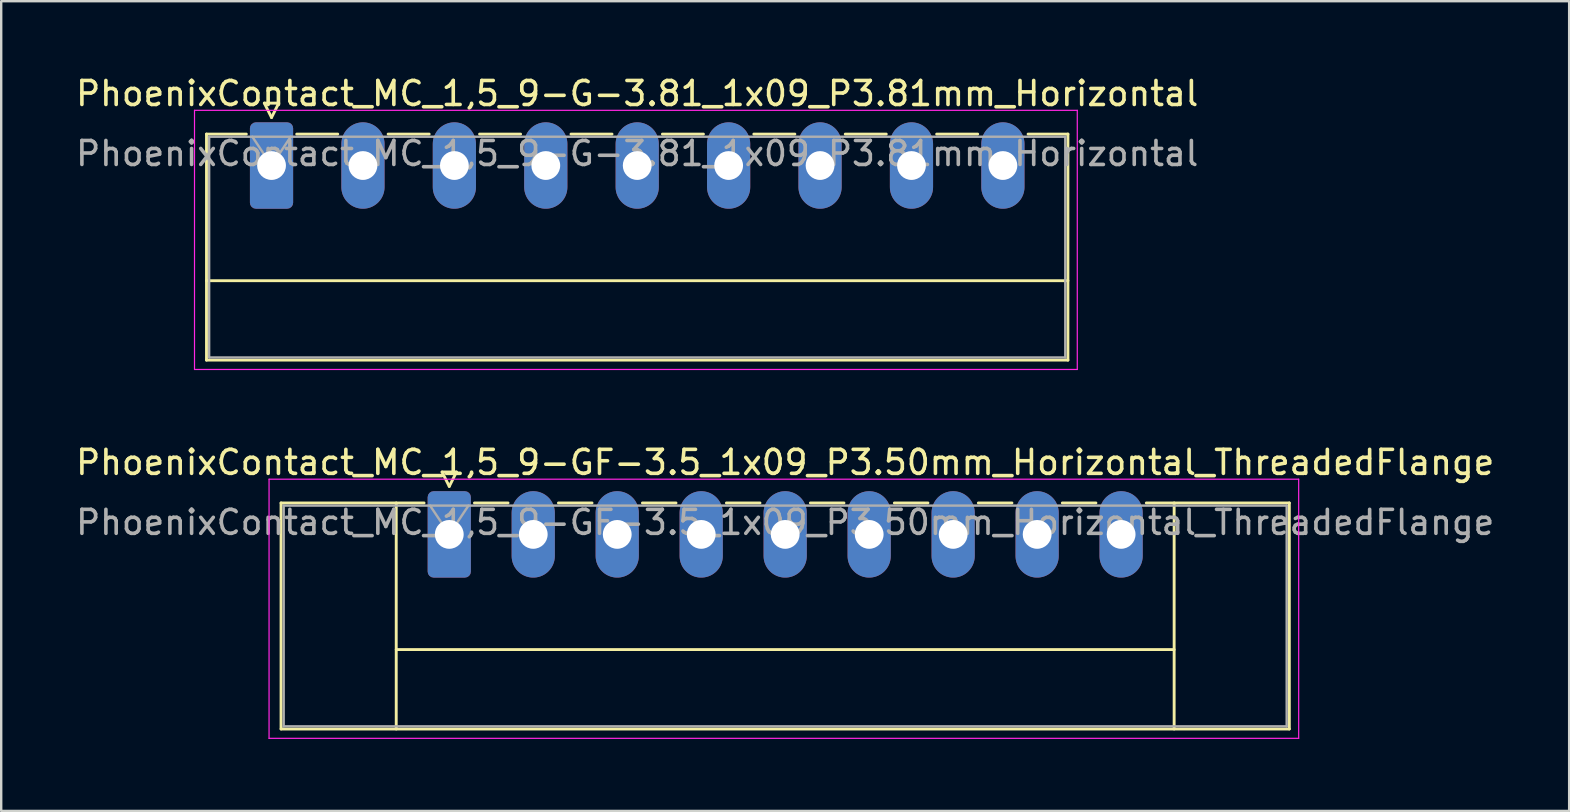
<source format=kicad_pcb>
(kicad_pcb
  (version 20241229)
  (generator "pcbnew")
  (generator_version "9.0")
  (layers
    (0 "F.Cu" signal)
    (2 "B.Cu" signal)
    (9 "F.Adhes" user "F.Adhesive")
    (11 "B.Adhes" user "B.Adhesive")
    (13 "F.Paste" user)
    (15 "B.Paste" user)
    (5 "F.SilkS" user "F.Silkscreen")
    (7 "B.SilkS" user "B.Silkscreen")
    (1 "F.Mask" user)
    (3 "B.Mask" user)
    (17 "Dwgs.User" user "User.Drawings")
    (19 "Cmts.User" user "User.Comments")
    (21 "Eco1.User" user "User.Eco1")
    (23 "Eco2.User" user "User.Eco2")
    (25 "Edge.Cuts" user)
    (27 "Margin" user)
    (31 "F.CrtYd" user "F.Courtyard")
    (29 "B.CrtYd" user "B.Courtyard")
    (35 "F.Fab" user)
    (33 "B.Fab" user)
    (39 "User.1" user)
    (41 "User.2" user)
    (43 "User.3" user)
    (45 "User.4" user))
  (footprint "PhoenixContact_MC_1,5_9-G-3.81_1x09_P3.81mm_Horizontal"
    (layer "F.Cu")
    (at 8.266 3.848)
    (property "Reference" "PhoenixContact_MC_1,5_9-G-3.81_1x09_P3.81mm_Horizontal" (at 15.24 -3 0) (layer "F.SilkS") (effects (font (size 1 1) (thickness 0.15))))
    (attr through_hole)
    (fp_line (start -2.71 -1.31) (end -2.71 8.11) (stroke (width 0.12) (type solid)) (layer "F.SilkS"))
    (fp_line (start -2.71 -1.31) (end -1.05 -1.31) (stroke (width 0.12) (type solid)) (layer "F.SilkS"))
    (fp_line (start -2.71 4.8) (end 33.19 4.8) (stroke (width 0.12) (type solid)) (layer "F.SilkS"))
    (fp_line (start -2.71 8.11) (end 33.19 8.11) (stroke (width 0.12) (type solid)) (layer "F.SilkS"))
    (fp_line (start -0.3 -2.6) (end 0.3 -2.6) (stroke (width 0.12) (type solid)) (layer "F.SilkS"))
    (fp_line (start 0 -2) (end -0.3 -2.6) (stroke (width 0.12) (type solid)) (layer "F.SilkS"))
    (fp_line (start 0.3 -2.6) (end 0 -2) (stroke (width 0.12) (type solid)) (layer "F.SilkS"))
    (fp_line (start 1.05 -1.31) (end 2.76 -1.31) (stroke (width 0.12) (type solid)) (layer "F.SilkS"))
    (fp_line (start 4.86 -1.31) (end 6.57 -1.31) (stroke (width 0.12) (type solid)) (layer "F.SilkS"))
    (fp_line (start 8.67 -1.31) (end 10.38 -1.31) (stroke (width 0.12) (type solid)) (layer "F.SilkS"))
    (fp_line (start 12.48 -1.31) (end 14.19 -1.31) (stroke (width 0.12) (type solid)) (layer "F.SilkS"))
    (fp_line (start 16.29 -1.31) (end 18 -1.31) (stroke (width 0.12) (type solid)) (layer "F.SilkS"))
    (fp_line (start 20.1 -1.31) (end 21.81 -1.31) (stroke (width 0.12) (type solid)) (layer "F.SilkS"))
    (fp_line (start 23.91 -1.31) (end 25.62 -1.31) (stroke (width 0.12) (type solid)) (layer "F.SilkS"))
    (fp_line (start 27.72 -1.31) (end 29.43 -1.31) (stroke (width 0.12) (type solid)) (layer "F.SilkS"))
    (fp_line (start 33.19 -1.31) (end 31.53 -1.31) (stroke (width 0.12) (type solid)) (layer "F.SilkS"))
    (fp_line (start 33.19 8.11) (end 33.19 -1.31) (stroke (width 0.12) (type solid)) (layer "F.SilkS"))
    (fp_line (start -3.21 -2.3) (end -3.21 8.5) (stroke (width 0.05) (type solid)) (layer "F.CrtYd"))
    (fp_line (start -3.21 8.5) (end 33.58 8.5) (stroke (width 0.05) (type solid)) (layer "F.CrtYd"))
    (fp_line (start 33.58 -2.3) (end -3.21 -2.3) (stroke (width 0.05) (type solid)) (layer "F.CrtYd"))
    (fp_line (start 33.58 8.5) (end 33.58 -2.3) (stroke (width 0.05) (type solid)) (layer "F.CrtYd"))
    (fp_line (start -2.6 -1.2) (end -2.6 8) (stroke (width 0.1) (type solid)) (layer "F.Fab"))
    (fp_line (start -2.6 8) (end 33.08 8) (stroke (width 0.1) (type solid)) (layer "F.Fab"))
    (fp_line (start 0 0) (end -0.8 -1.2) (stroke (width 0.1) (type solid)) (layer "F.Fab"))
    (fp_line (start 0.8 -1.2) (end 0 0) (stroke (width 0.1) (type solid)) (layer "F.Fab"))
    (fp_line (start 33.08 -1.2) (end -2.6 -1.2) (stroke (width 0.1) (type solid)) (layer "F.Fab"))
    (fp_line (start 33.08 8) (end 33.08 -1.2) (stroke (width 0.1) (type solid)) (layer "F.Fab"))
    (fp_text user "${REFERENCE}" (at 15.24 -0.5 0) (layer "F.Fab") (effects (font (size 1 1) (thickness 0.15))))
    (pad "1" thru_hole roundrect (at 0 0) (size 1.8 3.6) (drill 1.2) (layers "*.Cu" "*.Mask") (roundrect_rratio 0.139))
    (pad "2" thru_hole oval (at 3.81 0) (size 1.8 3.6) (drill 1.2) (layers "*.Cu" "*.Mask"))
    (pad "3" thru_hole oval (at 7.62 0) (size 1.8 3.6) (drill 1.2) (layers "*.Cu" "*.Mask"))
    (pad "4" thru_hole oval (at 11.43 0) (size 1.8 3.6) (drill 1.2) (layers "*.Cu" "*.Mask"))
    (pad "5" thru_hole oval (at 15.24 0) (size 1.8 3.6) (drill 1.2) (layers "*.Cu" "*.Mask"))
    (pad "6" thru_hole oval (at 19.05 0) (size 1.8 3.6) (drill 1.2) (layers "*.Cu" "*.Mask"))
    (pad "7" thru_hole oval (at 22.86 0) (size 1.8 3.6) (drill 1.2) (layers "*.Cu" "*.Mask"))
    (pad "8" thru_hole oval (at 26.67 0) (size 1.8 3.6) (drill 1.2) (layers "*.Cu" "*.Mask"))
    (pad "9" thru_hole oval (at 30.48 0) (size 1.8 3.6) (drill 1.2) (layers "*.Cu" "*.Mask")))
  (footprint "PhoenixContact_MC_1,5_9-GF-3.5_1x09_P3.50mm_Horizontal_ThreadedFlange"
    (layer "F.Cu")
    (at 15.673 19.221)
    (property "Reference" "PhoenixContact_MC_1,5_9-GF-3.5_1x09_P3.50mm_Horizontal_ThreadedFlange" (at 14 -3 0) (layer "F.SilkS") (effects (font (size 1 1) (thickness 0.15))))
    (attr through_hole)
    (fp_line (start -7.01 -1.31) (end -7.01 8.11) (stroke (width 0.12) (type solid)) (layer "F.SilkS"))
    (fp_line (start -7.01 -1.31) (end -1.05 -1.31) (stroke (width 0.12) (type solid)) (layer "F.SilkS"))
    (fp_line (start -7.01 8.11) (end 35.01 8.11) (stroke (width 0.12) (type solid)) (layer "F.SilkS"))
    (fp_line (start -2.21 -1.31) (end -2.21 8.11) (stroke (width 0.12) (type solid)) (layer "F.SilkS"))
    (fp_line (start -2.21 4.8) (end 30.21 4.8) (stroke (width 0.12) (type solid)) (layer "F.SilkS"))
    (fp_line (start -0.3 -2.6) (end 0.3 -2.6) (stroke (width 0.12) (type solid)) (layer "F.SilkS"))
    (fp_line (start 0 -2) (end -0.3 -2.6) (stroke (width 0.12) (type solid)) (layer "F.SilkS"))
    (fp_line (start 0.3 -2.6) (end 0 -2) (stroke (width 0.12) (type solid)) (layer "F.SilkS"))
    (fp_line (start 1.05 -1.31) (end 2.45 -1.31) (stroke (width 0.12) (type solid)) (layer "F.SilkS"))
    (fp_line (start 4.55 -1.31) (end 5.95 -1.31) (stroke (width 0.12) (type solid)) (layer "F.SilkS"))
    (fp_line (start 8.05 -1.31) (end 9.45 -1.31) (stroke (width 0.12) (type solid)) (layer "F.SilkS"))
    (fp_line (start 11.55 -1.31) (end 12.95 -1.31) (stroke (width 0.12) (type solid)) (layer "F.SilkS"))
    (fp_line (start 15.05 -1.31) (end 16.45 -1.31) (stroke (width 0.12) (type solid)) (layer "F.SilkS"))
    (fp_line (start 18.55 -1.31) (end 19.95 -1.31) (stroke (width 0.12) (type solid)) (layer "F.SilkS"))
    (fp_line (start 22.05 -1.31) (end 23.45 -1.31) (stroke (width 0.12) (type solid)) (layer "F.SilkS"))
    (fp_line (start 25.55 -1.31) (end 26.95 -1.31) (stroke (width 0.12) (type solid)) (layer "F.SilkS"))
    (fp_line (start 30.21 -1.31) (end 30.21 8.11) (stroke (width 0.12) (type solid)) (layer "F.SilkS"))
    (fp_line (start 35.01 -1.31) (end 29.05 -1.31) (stroke (width 0.12) (type solid)) (layer "F.SilkS"))
    (fp_line (start 35.01 8.11) (end 35.01 -1.31) (stroke (width 0.12) (type solid)) (layer "F.SilkS"))
    (fp_line (start -7.51 -2.3) (end -7.51 8.5) (stroke (width 0.05) (type solid)) (layer "F.CrtYd"))
    (fp_line (start -7.51 8.5) (end 35.4 8.5) (stroke (width 0.05) (type solid)) (layer "F.CrtYd"))
    (fp_line (start 35.4 -2.3) (end -7.51 -2.3) (stroke (width 0.05) (type solid)) (layer "F.CrtYd"))
    (fp_line (start 35.4 8.5) (end 35.4 -2.3) (stroke (width 0.05) (type solid)) (layer "F.CrtYd"))
    (fp_line (start -6.9 -1.2) (end -6.9 8) (stroke (width 0.1) (type solid)) (layer "F.Fab"))
    (fp_line (start -6.9 8) (end 34.9 8) (stroke (width 0.1) (type solid)) (layer "F.Fab"))
    (fp_line (start 0 0) (end -0.8 -1.2) (stroke (width 0.1) (type solid)) (layer "F.Fab"))
    (fp_line (start 0.8 -1.2) (end 0 0) (stroke (width 0.1) (type solid)) (layer "F.Fab"))
    (fp_line (start 34.9 -1.2) (end -6.9 -1.2) (stroke (width 0.1) (type solid)) (layer "F.Fab"))
    (fp_line (start 34.9 8) (end 34.9 -1.2) (stroke (width 0.1) (type solid)) (layer "F.Fab"))
    (fp_text user "${REFERENCE}" (at 14 -0.5 0) (layer "F.Fab") (effects (font (size 1 1) (thickness 0.15))))
    (pad "1" thru_hole roundrect (at 0 0) (size 1.8 3.6) (drill 1.2) (layers "*.Cu" "*.Mask") (roundrect_rratio 0.139))
    (pad "2" thru_hole oval (at 3.5 0) (size 1.8 3.6) (drill 1.2) (layers "*.Cu" "*.Mask"))
    (pad "3" thru_hole oval (at 7 0) (size 1.8 3.6) (drill 1.2) (layers "*.Cu" "*.Mask"))
    (pad "4" thru_hole oval (at 10.5 0) (size 1.8 3.6) (drill 1.2) (layers "*.Cu" "*.Mask"))
    (pad "5" thru_hole oval (at 14 0) (size 1.8 3.6) (drill 1.2) (layers "*.Cu" "*.Mask"))
    (pad "6" thru_hole oval (at 17.5 0) (size 1.8 3.6) (drill 1.2) (layers "*.Cu" "*.Mask"))
    (pad "7" thru_hole oval (at 21 0) (size 1.8 3.6) (drill 1.2) (layers "*.Cu" "*.Mask"))
    (pad "8" thru_hole oval (at 24.5 0) (size 1.8 3.6) (drill 1.2) (layers "*.Cu" "*.Mask"))
    (pad "9" thru_hole oval (at 28 0) (size 1.8 3.6) (drill 1.2) (layers "*.Cu" "*.Mask")))
  (gr_rect
    (start -3 -3)
    (end 62.345 30.747)
    (stroke (width 0.1) (type default))
    (fill no)
    (layer "Edge.Cuts")))
</source>
